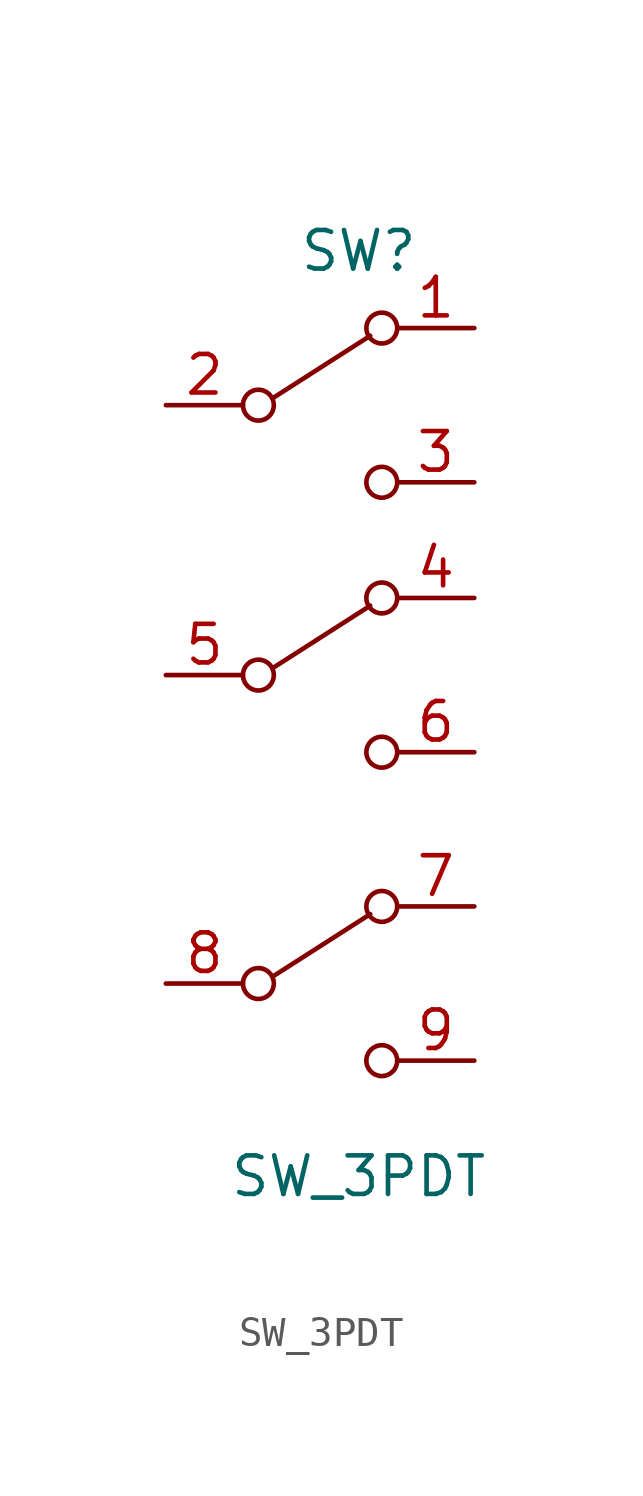
<source format=kicad_sym>
(kicad_symbol_lib
  (version 20220914)
  (generator kicad_symbol_editor)
  (symbol "SW_3PDT"
    (pin_names hide)
    (property "Reference" "SW"
      (at 1.27 13.97 0)
      (effects (font (size 1.27 1.27))))
    (property "Value" "SW_3PDT"
      (at 1.27 -16.51 0)
      (effects (font (size 1.27 1.27))))
    (symbol "SW_3PDT_0_0"
      (circle (center -2.032 -10.16) (radius 0.508) (stroke (width 0) (type default)) (fill (type none)))
      (circle (center -2.032 0) (radius 0.508) (stroke (width 0) (type default)) (fill (type none)))
      (circle (center -2.032 8.89) (radius 0.508) (stroke (width 0) (type default)) (fill (type none)))
      (circle (center 2.032 -12.7) (radius 0.508) (stroke (width 0) (type default)) (fill (type none)))
      (circle (center 2.032 -2.54) (radius 0.508) (stroke (width 0) (type default)) (fill (type none)))
      (circle (center 2.032 6.35) (radius 0.508) (stroke (width 0) (type default)) (fill (type none))))
    (symbol "SW_3PDT_0_1"
      (polyline (pts (xy -1.524 -9.906) (xy 1.651 -7.874)) (stroke (width 0) (type default)) (fill (type none)))
      (polyline (pts (xy -1.524 0.254) (xy 1.651 2.286)) (stroke (width 0) (type default)) (fill (type none)))
      (polyline (pts (xy -1.524 9.144) (xy 1.651 11.176)) (stroke (width 0) (type default)) (fill (type none)))
      (circle (center 2.032 -7.62) (radius 0.508) (stroke (width 0) (type default)) (fill (type none)))
      (circle (center 2.032 2.54) (radius 0.508) (stroke (width 0) (type default)) (fill (type none)))
      (circle (center 2.032 11.43) (radius 0.508) (stroke (width 0) (type default)) (fill (type none))))
    (symbol "SW_3PDT_1_1"
      (pin passive line (at 5.08 11.43 180) (length 2.54) (name "1" (effects (font (size 1.27 1.27)))) (number "1" (effects (font (size 1.27 1.27)))))
      (pin passive line (at -5.08 8.89 0) (length 2.54) (name "2" (effects (font (size 1.27 1.27)))) (number "2" (effects (font (size 1.27 1.27)))))
      (pin passive line (at 5.08 6.35 180) (length 2.54) (name "3" (effects (font (size 1.27 1.27)))) (number "3" (effects (font (size 1.27 1.27)))))
      (pin passive line (at 5.08 2.54 180) (length 2.54) (name "4" (effects (font (size 1.27 1.27)))) (number "4" (effects (font (size 1.27 1.27)))))
      (pin passive line (at -5.08 0 0) (length 2.54) (name "5" (effects (font (size 1.27 1.27)))) (number "5" (effects (font (size 1.27 1.27)))))
      (pin passive line (at 5.08 -2.54 180) (length 2.54) (name "6" (effects (font (size 1.27 1.27)))) (number "6" (effects (font (size 1.27 1.27)))))
      (pin passive line (at 5.08 -7.62 180) (length 2.54) (name "7" (effects (font (size 1.27 1.27)))) (number "7" (effects (font (size 1.27 1.27)))))
      (pin passive line (at -5.08 -10.16 0) (length 2.54) (name "8" (effects (font (size 1.27 1.27)))) (number "8" (effects (font (size 1.27 1.27)))))
      (pin passive line (at 5.08 -12.7 180) (length 2.54) (name "9" (effects (font (size 1.27 1.27)))) (number "9" (effects (font (size 1.27 1.27))))))))
</source>
